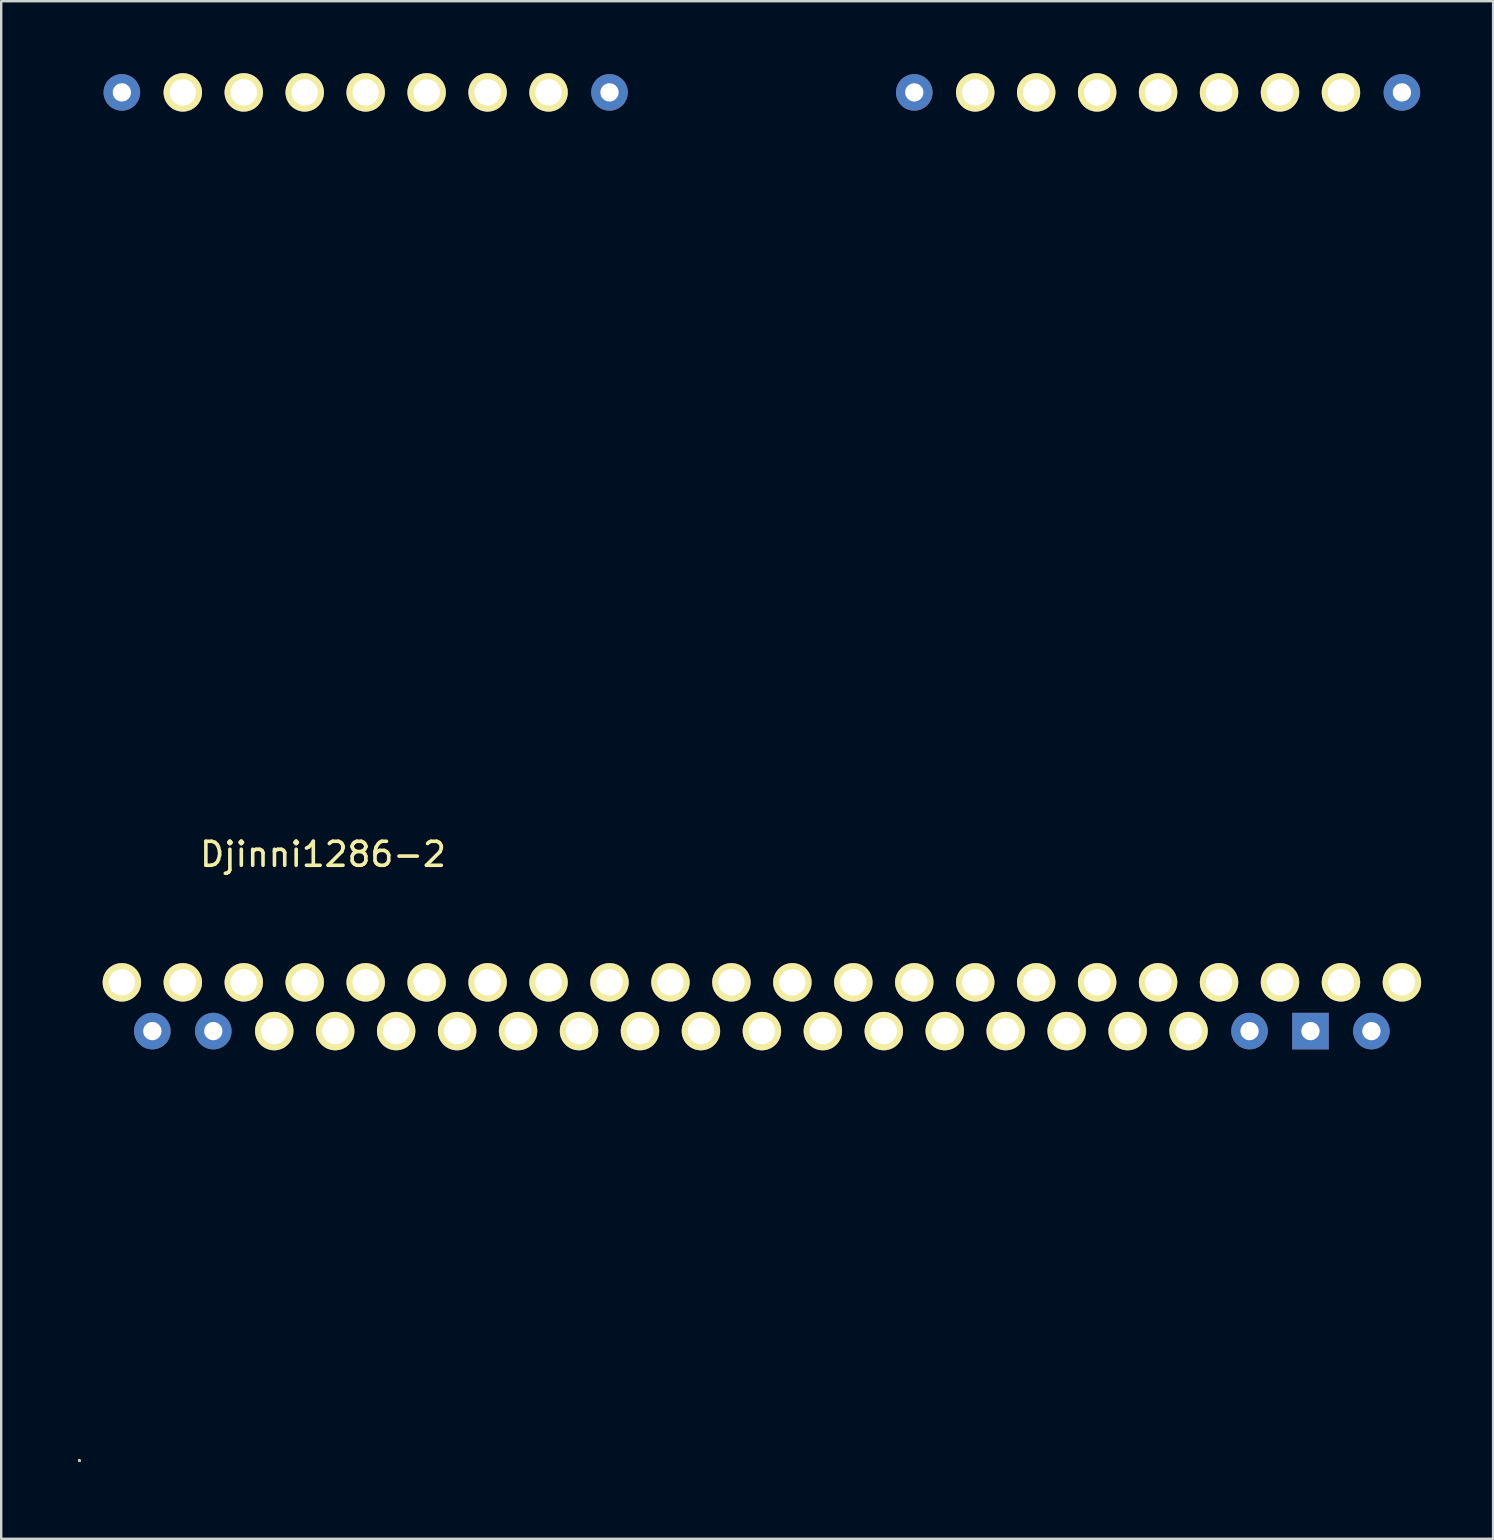
<source format=kicad_pcb>
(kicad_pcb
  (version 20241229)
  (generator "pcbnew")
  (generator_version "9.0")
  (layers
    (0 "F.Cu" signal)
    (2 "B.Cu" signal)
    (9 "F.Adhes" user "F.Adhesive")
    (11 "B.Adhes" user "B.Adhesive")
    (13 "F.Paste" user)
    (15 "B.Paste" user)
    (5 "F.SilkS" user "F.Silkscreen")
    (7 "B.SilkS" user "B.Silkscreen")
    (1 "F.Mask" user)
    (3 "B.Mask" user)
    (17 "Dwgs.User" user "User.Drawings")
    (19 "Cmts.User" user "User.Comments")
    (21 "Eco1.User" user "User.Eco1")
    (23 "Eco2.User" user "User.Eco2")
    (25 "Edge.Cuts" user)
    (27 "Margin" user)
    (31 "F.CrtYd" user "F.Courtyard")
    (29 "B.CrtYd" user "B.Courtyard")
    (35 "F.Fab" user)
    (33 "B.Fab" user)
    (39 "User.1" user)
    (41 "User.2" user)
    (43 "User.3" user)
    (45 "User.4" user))
  (footprint "Djinni1286-2"
    (layer "F.Cu")
    (at 0.25 57.823)
    (property "Reference" "Djinni1286-2" (at 10.16 -25.273 0) (layer "F.SilkS") (effects (font (size 1 1) (thickness 0.15))))
    (attr through_hole)
    (fp_line (start 0 0) (end 0 0) (stroke (width 0.1) (type solid)) (layer "Dwgs.User"))
    (fp_line (start 0 0) (end 0 0) (stroke (width 0.1) (type solid)) (layer "Dwgs.User"))
    (fp_line (start 0 0) (end 0 0) (stroke (width 0.1) (type solid)) (layer "Dwgs.User"))
    (fp_line (start 0 0) (end 0 0) (stroke (width 0.1) (type solid)) (layer "Dwgs.User"))
    (fp_line (start 0 0) (end 0 0) (stroke (width 0.1) (type solid)) (layer "Dwgs.User"))
    (fp_line (start 0 0) (end 0 0) (stroke (width 0.1) (type solid)) (layer "Dwgs.User"))
    (fp_line (start 0 0) (end 0 0) (stroke (width 0.1) (type solid)) (layer "Dwgs.User"))
    (fp_line (start 0 0) (end 0 0) (stroke (width 0.1) (type solid)) (layer "Dwgs.User"))
    (fp_line (start 0 0) (end 0 0) (stroke (width 0.1) (type solid)) (layer "Dwgs.User"))
    (fp_line (start 0 0) (end 0 0) (stroke (width 0.1) (type solid)) (layer "Dwgs.User"))
    (fp_line (start 0 0) (end 0 0) (stroke (width 0.1) (type solid)) (layer "Dwgs.User"))
    (fp_line (start 0 0) (end 0 0) (stroke (width 0.1) (type solid)) (layer "Dwgs.User"))
    (fp_line (start 0 0) (end 0 0) (stroke (width 0.1) (type solid)) (layer "Dwgs.User"))
    (fp_line (start 0 0) (end 0 0) (stroke (width 0.1) (type solid)) (layer "Dwgs.User"))
    (fp_line (start 0 0) (end 0 0) (stroke (width 0.1) (type solid)) (layer "Dwgs.User"))
    (fp_line (start 0 0) (end 0 0) (stroke (width 0.1) (type solid)) (layer "Dwgs.User"))
    (fp_line (start 0 0) (end 0 0) (stroke (width 0.1) (type solid)) (layer "Dwgs.User"))
    (fp_line (start 0 0) (end 0 0) (stroke (width 0.1) (type solid)) (layer "Dwgs.User"))
    (fp_line (start 0 0) (end 0 0) (stroke (width 0.1) (type solid)) (layer "Dwgs.User"))
    (fp_line (start 0 0) (end 0 0) (stroke (width 0.1) (type solid)) (layer "Dwgs.User"))
    (fp_line (start 0 0) (end 0 0) (stroke (width 0.1) (type solid)) (layer "Dwgs.User"))
    (fp_line (start 0 0) (end 0 0) (stroke (width 0.1) (type solid)) (layer "Dwgs.User"))
    (fp_line (start 0 0) (end 0 0) (stroke (width 0.1) (type solid)) (layer "Dwgs.User"))
    (fp_line (start 0 0) (end 0 0) (stroke (width 0.1) (type solid)) (layer "Dwgs.User"))
    (fp_line (start 0 0) (end 0 0) (stroke (width 0.1) (type solid)) (layer "Dwgs.User"))
    (fp_line (start 0 0) (end 0 0) (stroke (width 0.1) (type solid)) (layer "Dwgs.User"))
    (fp_line (start 0 0) (end 0 0) (stroke (width 0.1) (type solid)) (layer "Dwgs.User"))
    (fp_line (start 0 0) (end 0 0) (stroke (width 0.1) (type solid)) (layer "Dwgs.User"))
    (fp_line (start 0 0) (end 0 0) (stroke (width 0.1) (type solid)) (layer "Dwgs.User"))
    (fp_line (start 0 0) (end 0 0) (stroke (width 0.1) (type solid)) (layer "Dwgs.User"))
    (fp_line (start 0 0) (end 0 0) (stroke (width 0.1) (type solid)) (layer "Dwgs.User"))
    (fp_line (start 0 0) (end 0 0) (stroke (width 0.1) (type solid)) (layer "Dwgs.User"))
    (fp_line (start 0 0) (end 0 0) (stroke (width 0.1) (type solid)) (layer "Dwgs.User"))
    (fp_line (start 0 0) (end 0 0) (stroke (width 0.1) (type solid)) (layer "Dwgs.User"))
    (fp_line (start 0 0) (end 0 0) (stroke (width 0.1) (type solid)) (layer "Dwgs.User"))
    (fp_line (start 0 0) (end 0 0) (stroke (width 0.1) (type solid)) (layer "Dwgs.User"))
    (fp_line (start 0 0) (end 0 0) (stroke (width 0.1) (type solid)) (layer "Dwgs.User"))
    (fp_line (start 0 0) (end 0 0) (stroke (width 0.1) (type solid)) (layer "Dwgs.User"))
    (fp_line (start 0 0) (end 0 0) (stroke (width 0.1) (type solid)) (layer "Dwgs.User"))
    (fp_line (start 0 0) (end 0 0) (stroke (width 0.1) (type solid)) (layer "Dwgs.User"))
    (fp_line (start 0 0) (end 0 0) (stroke (width 0.1) (type solid)) (layer "Dwgs.User"))
    (fp_line (start 0 0) (end 0 0) (stroke (width 0.1) (type solid)) (layer "Dwgs.User"))
    (fp_line (start 0 0) (end 0 0) (stroke (width 0.1) (type solid)) (layer "Dwgs.User"))
    (fp_line (start 0 0) (end 0 0) (stroke (width 0.1) (type solid)) (layer "Dwgs.User"))
    (fp_line (start 0 0) (end 0 0) (stroke (width 0.1) (type solid)) (layer "Dwgs.User"))
    (fp_line (start 0 0) (end 0 0) (stroke (width 0.1) (type solid)) (layer "Dwgs.User"))
    (fp_line (start 0 0) (end 0 0) (stroke (width 0.1) (type solid)) (layer "Dwgs.User"))
    (fp_line (start 0 0) (end 0 0) (stroke (width 0.1) (type solid)) (layer "Dwgs.User"))
    (fp_line (start 0 0) (end 0 0) (stroke (width 0.1) (type solid)) (layer "Dwgs.User"))
    (fp_line (start 0 0) (end 0 0) (stroke (width 0.1) (type solid)) (layer "Dwgs.User"))
    (fp_line (start 0 0) (end 0 0) (stroke (width 0.1) (type solid)) (layer "Dwgs.User"))
    (fp_line (start 0 0) (end 0 0) (stroke (width 0.1) (type solid)) (layer "Dwgs.User"))
    (fp_line (start 0 0) (end 0 0) (stroke (width 0.1) (type solid)) (layer "Dwgs.User"))
    (fp_line (start 0 0) (end 0 0) (stroke (width 0.1) (type solid)) (layer "Dwgs.User"))
    (fp_line (start 0 0) (end 0 0) (stroke (width 0.1) (type solid)) (layer "Dwgs.User"))
    (fp_line (start 0 0) (end 0 0) (stroke (width 0.1) (type solid)) (layer "Dwgs.User"))
    (fp_line (start 0 0) (end 0 0) (stroke (width 0.1) (type solid)) (layer "Dwgs.User"))
    (fp_line (start 0 0) (end 0 0) (stroke (width 0.1) (type solid)) (layer "Dwgs.User"))
    (fp_line (start 0 0) (end 0 0) (stroke (width 0.1) (type solid)) (layer "Dwgs.User"))
    (fp_line (start 0 0) (end 0 0) (stroke (width 0.1) (type solid)) (layer "Dwgs.User"))
    (fp_line (start 0 0) (end 0 0) (stroke (width 0.1) (type solid)) (layer "Dwgs.User"))
    (fp_line (start 0 0) (end 0 0) (stroke (width 0.1) (type solid)) (layer "Dwgs.User"))
    (fp_line (start 0 0) (end 0 0) (stroke (width 0.1) (type solid)) (layer "Dwgs.User"))
    (fp_line (start 0 0) (end 0 0) (stroke (width 0.1) (type solid)) (layer "Dwgs.User"))
    (fp_line (start 0 0) (end 0 0) (stroke (width 0.1) (type solid)) (layer "Dwgs.User"))
    (fp_line (start 0 0) (end 0 0) (stroke (width 0.1) (type solid)) (layer "Dwgs.User"))
    (fp_line (start 0 0) (end 0 0) (stroke (width 0.1) (type solid)) (layer "Dwgs.User"))
    (fp_line (start 0 0) (end 0 0) (stroke (width 0.1) (type solid)) (layer "Dwgs.User"))
    (fp_line (start 0 0) (end 0 0) (stroke (width 0.1) (type solid)) (layer "Dwgs.User"))
    (fp_line (start 0 0) (end 0 0) (stroke (width 0.1) (type solid)) (layer "Dwgs.User"))
    (fp_line (start 0 0) (end 0 0) (stroke (width 0.1) (type solid)) (layer "Dwgs.User"))
    (fp_line (start 0 0) (end 0 0) (stroke (width 0.1) (type solid)) (layer "Dwgs.User"))
    (fp_line (start 0 0) (end 0 0) (stroke (width 0.1) (type solid)) (layer "Dwgs.User"))
    (fp_line (start 0 0) (end 0 0) (stroke (width 0.1) (type solid)) (layer "Dwgs.User"))
    (fp_line (start 0 0) (end 0 0) (stroke (width 0.1) (type solid)) (layer "Dwgs.User"))
    (fp_line (start 0 0) (end 0 0) (stroke (width 0.1) (type solid)) (layer "Dwgs.User"))
    (fp_line (start 0 0) (end 0 0) (stroke (width 0.1) (type solid)) (layer "Dwgs.User"))
    (fp_line (start 0 0) (end 0 0) (stroke (width 0.1) (type solid)) (layer "Dwgs.User"))
    (fp_line (start 0 0) (end 0 0) (stroke (width 0.1) (type solid)) (layer "Dwgs.User"))
    (fp_line (start 0 0) (end 0 0) (stroke (width 0.1) (type solid)) (layer "Dwgs.User"))
    (fp_line (start 0 0) (end 0 0) (stroke (width 0.1) (type solid)) (layer "Dwgs.User"))
    (fp_line (start 0 0) (end 0 0) (stroke (width 0.1) (type solid)) (layer "Dwgs.User"))
    (fp_line (start 0 0) (end 0 0) (stroke (width 0.1) (type solid)) (layer "Dwgs.User"))
    (fp_line (start 0 0) (end 0 0) (stroke (width 0.1) (type solid)) (layer "Dwgs.User"))
    (fp_line (start 0 0) (end 0 0) (stroke (width 0.1) (type solid)) (layer "Dwgs.User"))
    (fp_line (start 0 0) (end 0 0) (stroke (width 0.1) (type solid)) (layer "Dwgs.User"))
    (fp_line (start 0 0) (end 0 0) (stroke (width 0.1) (type solid)) (layer "Dwgs.User"))
    (fp_line (start 0 0) (end 0 0) (stroke (width 0.1) (type solid)) (layer "Dwgs.User"))
    (fp_line (start 0 0) (end 0 0) (stroke (width 0.1) (type solid)) (layer "Dwgs.User"))
    (fp_line (start 0 0) (end 0 0) (stroke (width 0.1) (type solid)) (layer "Dwgs.User"))
    (fp_line (start 0 0) (end 0 0) (stroke (width 0.1) (type solid)) (layer "Dwgs.User"))
    (fp_line (start 0 0) (end 0 0) (stroke (width 0.1) (type solid)) (layer "Dwgs.User"))
    (fp_line (start 0 0) (end 0 0) (stroke (width 0.1) (type solid)) (layer "Dwgs.User"))
    (fp_line (start 0 0) (end 0 0) (stroke (width 0.1) (type solid)) (layer "Dwgs.User"))
    (fp_line (start 0 0) (end 0 0) (stroke (width 0.1) (type solid)) (layer "Dwgs.User"))
    (fp_line (start 0 0) (end 0 0) (stroke (width 0.1) (type solid)) (layer "Dwgs.User"))
    (fp_line (start 0 0) (end 0 0) (stroke (width 0.1) (type solid)) (layer "Dwgs.User"))
    (fp_line (start 0 0) (end 0 0) (stroke (width 0.1) (type solid)) (layer "Dwgs.User"))
    (fp_line (start 0 0) (end 0 0) (stroke (width 0.1) (type solid)) (layer "Dwgs.User"))
    (fp_line (start 0 0) (end 0 0) (stroke (width 0.1) (type solid)) (layer "Dwgs.User"))
    (fp_line (start 0 0) (end 0 0) (stroke (width 0.1) (type solid)) (layer "Dwgs.User"))
    (fp_line (start 0 0) (end 0 0) (stroke (width 0.1) (type solid)) (layer "Dwgs.User"))
    (fp_line (start 0 0) (end 0 0) (stroke (width 0.1) (type solid)) (layer "Dwgs.User"))
    (fp_line (start 0 0) (end 0 0) (stroke (width 0.1) (type solid)) (layer "Dwgs.User"))
    (fp_line (start 0 0) (end 0 0) (stroke (width 0.1) (type solid)) (layer "Dwgs.User"))
    (fp_line (start 0 0) (end 0 0) (stroke (width 0.1) (type solid)) (layer "Dwgs.User"))
    (fp_line (start 0 0) (end 0 0) (stroke (width 0.1) (type solid)) (layer "Dwgs.User"))
    (fp_line (start 0 0) (end 0 0) (stroke (width 0.1) (type solid)) (layer "Dwgs.User"))
    (fp_line (start 0 0) (end 0 0) (stroke (width 0.1) (type solid)) (layer "Dwgs.User"))
    (fp_line (start 0 0) (end 0 0) (stroke (width 0.1) (type solid)) (layer "Dwgs.User"))
    (fp_line (start 0 0) (end 0 0) (stroke (width 0.1) (type solid)) (layer "Dwgs.User"))
    (fp_line (start 0 0) (end 0 0) (stroke (width 0.1) (type solid)) (layer "Dwgs.User"))
    (fp_line (start 0 0) (end 0 0) (stroke (width 0.1) (type solid)) (layer "Dwgs.User"))
    (fp_line (start 0 0) (end 0 0) (stroke (width 0.1) (type solid)) (layer "Dwgs.User"))
    (fp_line (start 0 0) (end 0 0) (stroke (width 0.1) (type solid)) (layer "Dwgs.User"))
    (fp_line (start 0 0) (end 0 0) (stroke (width 0.1) (type solid)) (layer "Dwgs.User"))
    (fp_line (start 0 0) (end 0 0) (stroke (width 0.1) (type solid)) (layer "Dwgs.User"))
    (fp_line (start 0 0) (end 0 0) (stroke (width 0.1) (type solid)) (layer "Dwgs.User"))
    (fp_line (start 0 0) (end 0 0) (stroke (width 0.1) (type solid)) (layer "Dwgs.User"))
    (fp_line (start 0 0) (end 0 0) (stroke (width 0.1) (type solid)) (layer "Dwgs.User"))
    (fp_line (start 0 0) (end 0 0) (stroke (width 0.1) (type solid)) (layer "Dwgs.User"))
    (fp_line (start 0 0) (end 0 0) (stroke (width 0.1) (type solid)) (layer "Dwgs.User"))
    (fp_line (start 0 0) (end 0 0) (stroke (width 0.1) (type solid)) (layer "Dwgs.User"))
    (fp_line (start 0 0) (end 0 0) (stroke (width 0.1) (type solid)) (layer "Dwgs.User"))
    (fp_line (start 0 0) (end 0 0) (stroke (width 0.1) (type solid)) (layer "Dwgs.User"))
    (fp_line (start 0 0) (end 0 0) (stroke (width 0.1) (type solid)) (layer "Dwgs.User"))
    (fp_line (start 0 0) (end 0 0) (stroke (width 0.1) (type solid)) (layer "Dwgs.User"))
    (fp_line (start 0 0) (end 0 0) (stroke (width 0.1) (type solid)) (layer "Dwgs.User"))
    (fp_line (start 0 0) (end 0 0) (stroke (width 0.1) (type solid)) (layer "Dwgs.User"))
    (fp_line (start 0 0) (end 0 0) (stroke (width 0.1) (type solid)) (layer "Dwgs.User"))
    (fp_line (start 0 0) (end 0 0) (stroke (width 0.1) (type solid)) (layer "Dwgs.User"))
    (fp_line (start 0 0) (end 0 0) (stroke (width 0.1) (type solid)) (layer "Dwgs.User"))
    (fp_line (start 0 0) (end 0 0) (stroke (width 0.1) (type solid)) (layer "Dwgs.User"))
    (fp_line (start 0 0) (end 0 0) (stroke (width 0.1) (type solid)) (layer "Dwgs.User"))
    (fp_line (start 0 0) (end 0 0) (stroke (width 0.1) (type solid)) (layer "Dwgs.User"))
    (fp_line (start 0 0) (end 0 0) (stroke (width 0.1) (type solid)) (layer "Dwgs.User"))
    (fp_line (start 0 0) (end 0 0) (stroke (width 0.1) (type solid)) (layer "Dwgs.User"))
    (fp_line (start 0 0) (end 0 0) (stroke (width 0.1) (type solid)) (layer "Dwgs.User"))
    (fp_line (start 0 0) (end 0 0) (stroke (width 0.1) (type solid)) (layer "Dwgs.User"))
    (fp_line (start 0 0) (end 0 0) (stroke (width 0.1) (type solid)) (layer "Dwgs.User"))
    (fp_line (start 0 0) (end 0 0) (stroke (width 0.1) (type solid)) (layer "Dwgs.User"))
    (fp_line (start 0 0) (end 0 0) (stroke (width 0.1) (type solid)) (layer "Dwgs.User"))
    (fp_line (start 0 0) (end 0 0) (stroke (width 0.1) (type solid)) (layer "Dwgs.User"))
    (fp_line (start 0 0) (end 0 0) (stroke (width 0.1) (type solid)) (layer "Dwgs.User"))
    (fp_line (start 0 0) (end 0 0) (stroke (width 0.1) (type solid)) (layer "Dwgs.User"))
    (fp_line (start 0 0) (end 0 0) (stroke (width 0.1) (type solid)) (layer "Dwgs.User"))
    (fp_line (start 0 0) (end 0 0) (stroke (width 0.1) (type solid)) (layer "Dwgs.User"))
    (fp_line (start 0 0) (end 0 0) (stroke (width 0.1) (type solid)) (layer "Dwgs.User"))
    (fp_line (start 0 0) (end 0 0) (stroke (width 0.1) (type solid)) (layer "Dwgs.User"))
    (fp_line (start 0 0) (end 0 0) (stroke (width 0.1) (type solid)) (layer "Dwgs.User"))
    (fp_line (start 0 0) (end 0 0) (stroke (width 0.1) (type solid)) (layer "Dwgs.User"))
    (fp_line (start 0 0) (end 0 0) (stroke (width 0.1) (type solid)) (layer "Dwgs.User"))
    (fp_line (start 0 0) (end 0 0) (stroke (width 0.1) (type solid)) (layer "Dwgs.User"))
    (fp_line (start 0 0) (end 0 0) (stroke (width 0.1) (type solid)) (layer "Dwgs.User"))
    (fp_line (start 0 0) (end 0 0) (stroke (width 0.1) (type solid)) (layer "Dwgs.User"))
    (fp_line (start 0 0) (end 0 0) (stroke (width 0.1) (type solid)) (layer "Dwgs.User"))
    (fp_line (start 0 0) (end 0 0) (stroke (width 0.1) (type solid)) (layer "Dwgs.User"))
    (fp_line (start 0 0) (end 0 0) (stroke (width 0.1) (type solid)) (layer "Dwgs.User"))
    (fp_line (start 0 0) (end 0 0) (stroke (width 0.1) (type solid)) (layer "Dwgs.User"))
    (fp_line (start 0 0) (end 0 0) (stroke (width 0.1) (type solid)) (layer "Dwgs.User"))
    (fp_line (start 0 0) (end 0 0) (stroke (width 0.1) (type solid)) (layer "Dwgs.User"))
    (fp_line (start 0 0) (end 0 0) (stroke (width 0.1) (type solid)) (layer "Dwgs.User"))
    (fp_line (start 0 0) (end 0 0) (stroke (width 0.1) (type solid)) (layer "Dwgs.User"))
    (fp_line (start 0 0) (end 0 0) (stroke (width 0.1) (type solid)) (layer "Dwgs.User"))
    (fp_line (start 0 0) (end 0 0) (stroke (width 0.1) (type solid)) (layer "Dwgs.User"))
    (fp_line (start 0 0) (end 0 0) (stroke (width 0.1) (type solid)) (layer "Dwgs.User"))
    (fp_line (start 0 0) (end 0 0) (stroke (width 0.1) (type solid)) (layer "Dwgs.User"))
    (fp_line (start 0 0) (end 0 0) (stroke (width 0.1) (type solid)) (layer "Dwgs.User"))
    (fp_line (start 0 0) (end 0 0) (stroke (width 0.1) (type solid)) (layer "Dwgs.User"))
    (fp_line (start 0 0) (end 0 0) (stroke (width 0.1) (type solid)) (layer "Dwgs.User"))
    (fp_line (start 0 0) (end 0 0) (stroke (width 0.1) (type solid)) (layer "Dwgs.User"))
    (fp_line (start 0 0) (end 0 0) (stroke (width 0.1) (type solid)) (layer "Dwgs.User"))
    (fp_line (start 0 0) (end 0 0) (stroke (width 0.1) (type solid)) (layer "Dwgs.User"))
    (fp_line (start 0 0) (end 0 0) (stroke (width 0.1) (type solid)) (layer "Dwgs.User"))
    (fp_line (start 0 0) (end 0 0) (stroke (width 0.1) (type solid)) (layer "Dwgs.User"))
    (fp_line (start 0 0) (end 0 0) (stroke (width 0.1) (type solid)) (layer "Dwgs.User"))
    (fp_line (start 0 0) (end 0 0) (stroke (width 0.1) (type solid)) (layer "Dwgs.User"))
    (fp_line (start 0 0) (end 0 0) (stroke (width 0.1) (type solid)) (layer "Dwgs.User"))
    (fp_line (start 0 0) (end 0 0) (stroke (width 0.1) (type solid)) (layer "Dwgs.User"))
    (fp_line (start 0 0) (end 0 0) (stroke (width 0.1) (type solid)) (layer "Dwgs.User"))
    (fp_line (start 0 0) (end 0 0) (stroke (width 0.1) (type solid)) (layer "Dwgs.User"))
    (fp_line (start 0 0) (end 0 0) (stroke (width 0.1) (type solid)) (layer "Dwgs.User"))
    (fp_line (start 0 0) (end 0 0) (stroke (width 0.1) (type solid)) (layer "Dwgs.User"))
    (fp_line (start 0 0) (end 0 0) (stroke (width 0.1) (type solid)) (layer "Dwgs.User"))
    (fp_line (start 0 0) (end 0 0) (stroke (width 0.1) (type solid)) (layer "Dwgs.User"))
    (fp_line (start 0 0) (end 0 0) (stroke (width 0.1) (type solid)) (layer "Dwgs.User"))
    (fp_line (start 0 0) (end 0 0) (stroke (width 0.1) (type solid)) (layer "Dwgs.User"))
    (fp_line (start 0 0) (end 0 0) (stroke (width 0.1) (type solid)) (layer "Dwgs.User"))
    (fp_line (start 0 0) (end 0 0) (stroke (width 0.1) (type solid)) (layer "Dwgs.User"))
    (fp_line (start 0 0) (end 0 0) (stroke (width 0.1) (type solid)) (layer "Dwgs.User"))
    (fp_line (start 0 0) (end 0 0) (stroke (width 0.1) (type solid)) (layer "Dwgs.User"))
    (fp_line (start 0 0) (end 0 0) (stroke (width 0.1) (type solid)) (layer "Dwgs.User"))
    (fp_line (start 0 0) (end 0 0) (stroke (width 0.1) (type solid)) (layer "Dwgs.User"))
    (fp_line (start 0 0) (end 0 0) (stroke (width 0.1) (type solid)) (layer "Dwgs.User"))
    (fp_line (start 0 0) (end 0 0) (stroke (width 0.1) (type solid)) (layer "Dwgs.User"))
    (fp_line (start 0 0) (end 0 0) (stroke (width 0.1) (type solid)) (layer "Dwgs.User"))
    (fp_line (start 0 0) (end 0 0) (stroke (width 0.1) (type solid)) (layer "Dwgs.User"))
    (fp_line (start 0 0) (end 0 0) (stroke (width 0.1) (type solid)) (layer "Dwgs.User"))
    (fp_line (start 0 0) (end 0 0) (stroke (width 0.1) (type solid)) (layer "Dwgs.User"))
    (fp_line (start 0 0) (end 0 0) (stroke (width 0.1) (type solid)) (layer "Dwgs.User"))
    (fp_line (start 0 0) (end 0 0) (stroke (width 0.1) (type solid)) (layer "Dwgs.User"))
    (fp_line (start 0 0) (end 0 0) (stroke (width 0.1) (type solid)) (layer "Dwgs.User"))
    (fp_line (start 0 0) (end 0 0) (stroke (width 0.1) (type solid)) (layer "Dwgs.User"))
    (fp_line (start 0 0) (end 0 0) (stroke (width 0.1) (type solid)) (layer "Dwgs.User"))
    (fp_line (start 0 0) (end 0 0) (stroke (width 0.1) (type solid)) (layer "Dwgs.User"))
    (fp_line (start 0 0) (end 0 0) (stroke (width 0.1) (type solid)) (layer "Dwgs.User"))
    (fp_line (start 0 0) (end 0 0) (stroke (width 0.1) (type solid)) (layer "Dwgs.User"))
    (fp_line (start 0 0) (end 0 0) (stroke (width 0.1) (type solid)) (layer "Dwgs.User"))
    (fp_line (start 0 0) (end 0 0) (stroke (width 0.1) (type solid)) (layer "Dwgs.User"))
    (fp_line (start 0 0) (end 0 0) (stroke (width 0.1) (type solid)) (layer "Dwgs.User"))
    (fp_line (start 0 0) (end 0 0) (stroke (width 0.1) (type solid)) (layer "Dwgs.User"))
    (fp_line (start 0 0) (end 0 0) (stroke (width 0.1) (type solid)) (layer "Dwgs.User"))
    (fp_line (start 0 0) (end 0 0) (stroke (width 0.1) (type solid)) (layer "Dwgs.User"))
    (fp_line (start 0 0) (end 0 0) (stroke (width 0.1) (type solid)) (layer "Dwgs.User"))
    (fp_line (start 0 0) (end 0 0) (stroke (width 0.1) (type solid)) (layer "Dwgs.User"))
    (fp_line (start 0 0) (end 0 0) (stroke (width 0.1) (type solid)) (layer "Dwgs.User"))
    (fp_line (start 0 0) (end 0 0) (stroke (width 0.1) (type solid)) (layer "Dwgs.User"))
    (fp_line (start 0 0) (end 0 0) (stroke (width 0.1) (type solid)) (layer "Dwgs.User"))
    (fp_line (start 0 0) (end 0 0) (stroke (width 0.1) (type solid)) (layer "Dwgs.User"))
    (fp_line (start 0 0) (end 0 0) (stroke (width 0.1) (type solid)) (layer "Dwgs.User"))
    (fp_line (start 0 0) (end 0 0) (stroke (width 0.1) (type solid)) (layer "Dwgs.User"))
    (fp_line (start 0 0) (end 0 0) (stroke (width 0.1) (type solid)) (layer "Dwgs.User"))
    (fp_line (start 0 0) (end 0 0) (stroke (width 0.1) (type solid)) (layer "Dwgs.User"))
    (fp_line (start 0 0) (end 0 0) (stroke (width 0.1) (type solid)) (layer "Dwgs.User"))
    (fp_line (start 0 0) (end 0 0) (stroke (width 0.1) (type solid)) (layer "Dwgs.User"))
    (fp_line (start 0 0) (end 0 0) (stroke (width 0.1) (type solid)) (layer "Dwgs.User"))
    (fp_line (start 0 0) (end 0 0) (stroke (width 0.1) (type solid)) (layer "Dwgs.User"))
    (fp_line (start 0 0) (end 0 0) (stroke (width 0.1) (type solid)) (layer "Dwgs.User"))
    (fp_line (start 0 0) (end 0 0) (stroke (width 0.1) (type solid)) (layer "Dwgs.User"))
    (fp_line (start 0 0) (end 0 0) (stroke (width 0.1) (type solid)) (layer "Dwgs.User"))
    (fp_line (start 0 0) (end 0 0) (stroke (width 0.1) (type solid)) (layer "Dwgs.User"))
    (fp_line (start 0 0) (end 0 0) (stroke (width 0.1) (type solid)) (layer "Dwgs.User"))
    (fp_line (start 0 0) (end 0 0) (stroke (width 0.1) (type solid)) (layer "Dwgs.User"))
    (fp_line (start 0 0) (end 0 0) (stroke (width 0.1) (type solid)) (layer "Dwgs.User"))
    (fp_line (start 0 0) (end 0 0) (stroke (width 0.1) (type solid)) (layer "Dwgs.User"))
    (fp_line (start 0 0) (end 0 0) (stroke (width 0.1) (type solid)) (layer "Dwgs.User"))
    (fp_line (start 0 0) (end 0 0) (stroke (width 0.1) (type solid)) (layer "Dwgs.User"))
    (fp_line (start 0 0) (end 0 0) (stroke (width 0.1) (type solid)) (layer "Dwgs.User"))
    (fp_line (start 0 0) (end 0 0) (stroke (width 0.1) (type solid)) (layer "Dwgs.User"))
    (fp_line (start 0 0) (end 0 0) (stroke (width 0.1) (type solid)) (layer "Dwgs.User"))
    (fp_line (start 0 0) (end 0 0) (stroke (width 0.1) (type solid)) (layer "Dwgs.User"))
    (fp_line (start 0 0) (end 0 0) (stroke (width 0.1) (type solid)) (layer "Dwgs.User"))
    (fp_line (start 0 0) (end 0 0) (stroke (width 0.1) (type solid)) (layer "Dwgs.User"))
    (fp_line (start 0 0) (end 0 0) (stroke (width 0.1) (type solid)) (layer "Dwgs.User"))
    (fp_line (start 0 0) (end 0 0) (stroke (width 0.1) (type solid)) (layer "Dwgs.User"))
    (fp_line (start 0 0) (end 0 0) (stroke (width 0.1) (type solid)) (layer "Dwgs.User"))
    (fp_line (start 0 0) (end 0 0) (stroke (width 0.1) (type solid)) (layer "Dwgs.User"))
    (fp_line (start 0 0) (end 0 0) (stroke (width 0.1) (type solid)) (layer "Dwgs.User"))
    (fp_line (start 0 0) (end 0 0) (stroke (width 0.1) (type solid)) (layer "Dwgs.User"))
    (fp_line (start 0 0) (end 0 0) (stroke (width 0.1) (type solid)) (layer "Dwgs.User"))
    (fp_line (start 0 0) (end 0 0) (stroke (width 0.1) (type solid)) (layer "Dwgs.User"))
    (fp_line (start 0 0) (end 0 0) (stroke (width 0.1) (type solid)) (layer "Dwgs.User"))
    (fp_line (start 0 0) (end 0 0) (stroke (width 0.1) (type solid)) (layer "Dwgs.User"))
    (fp_line (start 0 0) (end 0 0) (stroke (width 0.1) (type solid)) (layer "Dwgs.User"))
    (fp_line (start 0 0) (end 0 0) (stroke (width 0.1) (type solid)) (layer "Dwgs.User"))
    (fp_line (start 0 0) (end 0 0) (stroke (width 0.1) (type solid)) (layer "Dwgs.User"))
    (fp_line (start 0 0) (end 0 0) (stroke (width 0.1) (type solid)) (layer "Dwgs.User"))
    (fp_line (start 0 0) (end 0 0) (stroke (width 0.1) (type solid)) (layer "Dwgs.User"))
    (fp_line (start 0 0) (end 0 0) (stroke (width 0.1) (type solid)) (layer "Dwgs.User"))
    (fp_line (start 0 0) (end 0 0) (stroke (width 0.1) (type solid)) (layer "Dwgs.User"))
    (fp_line (start 0 0) (end 0 0) (stroke (width 0.1) (type solid)) (layer "Dwgs.User"))
    (fp_line (start 0 0) (end 0 0) (stroke (width 0.1) (type solid)) (layer "Dwgs.User"))
    (fp_line (start 0 0) (end 0 0) (stroke (width 0.1) (type solid)) (layer "Dwgs.User"))
    (fp_line (start 0 0) (end 0 0) (stroke (width 0.1) (type solid)) (layer "Dwgs.User"))
    (fp_line (start 0 0) (end 0 0) (stroke (width 0.1) (type solid)) (layer "Dwgs.User"))
    (fp_line (start 0 0) (end 0 0) (stroke (width 0.1) (type solid)) (layer "Dwgs.User"))
    (fp_line (start 0 0) (end 0 0) (stroke (width 0.1) (type solid)) (layer "Dwgs.User"))
    (fp_line (start 0 0) (end 0 0) (stroke (width 0.1) (type solid)) (layer "Dwgs.User"))
    (fp_line (start 0 0) (end 0 0) (stroke (width 0.1) (type solid)) (layer "Dwgs.User"))
    (fp_line (start 0 0) (end 0 0) (stroke (width 0.1) (type solid)) (layer "Dwgs.User"))
    (fp_line (start 0 0) (end 0 0) (stroke (width 0.1) (type solid)) (layer "Dwgs.User"))
    (fp_line (start 0 0) (end 0 0) (stroke (width 0.1) (type solid)) (layer "Dwgs.User"))
    (fp_line (start 0 0) (end 0 0) (stroke (width 0.1) (type solid)) (layer "Dwgs.User"))
    (fp_line (start 0 0) (end 0 0) (stroke (width 0.1) (type solid)) (layer "Dwgs.User"))
    (fp_line (start 0 0) (end 0 0) (stroke (width 0.1) (type solid)) (layer "Dwgs.User"))
    (fp_line (start 0 0) (end 0 0) (stroke (width 0.1) (type solid)) (layer "Dwgs.User"))
    (fp_line (start 0 0) (end 0 0) (stroke (width 0.1) (type solid)) (layer "Dwgs.User"))
    (fp_line (start 0 0) (end 0 0) (stroke (width 0.1) (type solid)) (layer "Dwgs.User"))
    (fp_line (start 0 0) (end 0 0) (stroke (width 0.1) (type solid)) (layer "Dwgs.User"))
    (fp_line (start 0 0) (end 0 0) (stroke (width 0.1) (type solid)) (layer "Dwgs.User"))
    (fp_line (start 0 0) (end 0 0) (stroke (width 0.1) (type solid)) (layer "Dwgs.User"))
    (fp_line (start 0 0) (end 0 0) (stroke (width 0.1) (type solid)) (layer "Dwgs.User"))
    (fp_line (start 0 0) (end 0 0) (stroke (width 0.1) (type solid)) (layer "Dwgs.User"))
    (fp_line (start 0 0) (end 0 0) (stroke (width 0.1) (type solid)) (layer "Dwgs.User"))
    (fp_line (start 0 0) (end 0 0) (stroke (width 0.1) (type solid)) (layer "Dwgs.User"))
    (fp_line (start 0 0) (end 0 0) (stroke (width 0.1) (type solid)) (layer "Dwgs.User"))
    (fp_line (start 0 0) (end 0 0) (stroke (width 0.1) (type solid)) (layer "Dwgs.User"))
    (fp_line (start 0 0) (end 0 0) (stroke (width 0.1) (type solid)) (layer "Dwgs.User"))
    (fp_line (start 0 0) (end 0 0) (stroke (width 0.1) (type solid)) (layer "Dwgs.User"))
    (fp_line (start 0 0) (end 0 0) (stroke (width 0.1) (type solid)) (layer "Dwgs.User"))
    (fp_line (start 0 0) (end 0 0) (stroke (width 0.1) (type solid)) (layer "Dwgs.User"))
    (fp_line (start 0 0) (end 0 0) (stroke (width 0.1) (type solid)) (layer "Dwgs.User"))
    (fp_line (start 0 0) (end 0 0) (stroke (width 0.1) (type solid)) (layer "Dwgs.User"))
    (fp_line (start 0 0) (end 0 0) (stroke (width 0.1) (type solid)) (layer "Dwgs.User"))
    (fp_line (start 0 0) (end 0 0) (stroke (width 0.1) (type solid)) (layer "Dwgs.User"))
    (fp_line (start 0 0) (end 0 0) (stroke (width 0.1) (type solid)) (layer "Dwgs.User"))
    (fp_line (start 0 0) (end 0 0) (stroke (width 0.1) (type solid)) (layer "Dwgs.User"))
    (fp_line (start 0 0) (end 0 0) (stroke (width 0.1) (type solid)) (layer "Dwgs.User"))
    (fp_line (start 0 0) (end 0 0) (stroke (width 0.1) (type solid)) (layer "Dwgs.User"))
    (fp_line (start 0 0) (end 0 0) (stroke (width 0.1) (type solid)) (layer "Dwgs.User"))
    (fp_line (start 0 0) (end 0 0) (stroke (width 0.1) (type solid)) (layer "Dwgs.User"))
    (fp_line (start 0 0) (end 0 0) (stroke (width 0.1) (type solid)) (layer "Dwgs.User"))
    (fp_line (start 0 0) (end 0 0) (stroke (width 0.1) (type solid)) (layer "Dwgs.User"))
    (fp_line (start 0 0) (end 0 0) (stroke (width 0.1) (type solid)) (layer "Dwgs.User"))
    (fp_line (start 0 0) (end 0 0) (stroke (width 0.1) (type solid)) (layer "Dwgs.User"))
    (fp_line (start 0 0) (end 0 0) (stroke (width 0.1) (type solid)) (layer "Dwgs.User"))
    (fp_line (start 0 0) (end 0 0) (stroke (width 0.1) (type solid)) (layer "Dwgs.User"))
    (fp_line (start 0 0) (end 0 0) (stroke (width 0.1) (type solid)) (layer "Dwgs.User"))
    (fp_line (start 0 0) (end 0 0) (stroke (width 0.1) (type solid)) (layer "Dwgs.User"))
    (fp_line (start 0 0) (end 0 0) (stroke (width 0.1) (type solid)) (layer "Dwgs.User"))
    (fp_line (start 0 0) (end 0 0) (stroke (width 0.1) (type solid)) (layer "Dwgs.User"))
    (fp_line (start 0 0) (end 0 0) (stroke (width 0.1) (type solid)) (layer "Dwgs.User"))
    (fp_line (start 0 0) (end 0 0) (stroke (width 0.1) (type solid)) (layer "Dwgs.User"))
    (fp_line (start 0 0) (end 0 0) (stroke (width 0.1) (type solid)) (layer "Dwgs.User"))
    (fp_line (start 0 0) (end 0 0) (stroke (width 0.1) (type solid)) (layer "Dwgs.User"))
    (fp_line (start 0 0) (end 0 0) (stroke (width 0.1) (type solid)) (layer "Dwgs.User"))
    (fp_line (start 0 0) (end 0 0) (stroke (width 0.1) (type solid)) (layer "Dwgs.User"))
    (fp_line (start 0 0) (end 0 0) (stroke (width 0.1) (type solid)) (layer "Dwgs.User"))
    (fp_line (start 0 0) (end 0 0) (stroke (width 0.1) (type solid)) (layer "Dwgs.User"))
    (fp_line (start 0 0) (end 0 0) (stroke (width 0.1) (type solid)) (layer "Dwgs.User"))
    (fp_line (start 0 0) (end 0 0) (stroke (width 0.1) (type solid)) (layer "Dwgs.User"))
    (fp_line (start 0 0) (end 0 0) (stroke (width 0.1) (type solid)) (layer "Dwgs.User"))
    (fp_line (start 0 0) (end 0 0) (stroke (width 0.1) (type solid)) (layer "Dwgs.User"))
    (fp_line (start 0 0) (end 0 0) (stroke (width 0.1) (type solid)) (layer "Dwgs.User"))
    (fp_line (start 0 0) (end 0 0) (stroke (width 0.1) (type solid)) (layer "Dwgs.User"))
    (fp_line (start 0 0) (end 0 0) (stroke (width 0.1) (type solid)) (layer "Dwgs.User"))
    (fp_line (start 0 0) (end 0 0) (stroke (width 0.1) (type solid)) (layer "Dwgs.User"))
    (fp_line (start 0 0) (end 0 0) (stroke (width 0.1) (type solid)) (layer "Dwgs.User"))
    (fp_line (start 0 0) (end 0 0) (stroke (width 0.1) (type solid)) (layer "Dwgs.User"))
    (fp_line (start 0 0) (end 0 0) (stroke (width 0.1) (type solid)) (layer "Dwgs.User"))
    (fp_line (start 0 0) (end 0 0) (stroke (width 0.1) (type solid)) (layer "Dwgs.User"))
    (fp_line (start 0 0) (end 0 0) (stroke (width 0.1) (type solid)) (layer "Dwgs.User"))
    (fp_line (start 0 0) (end 0 0) (stroke (width 0.1) (type solid)) (layer "Dwgs.User"))
    (fp_line (start 0 0) (end 0 0) (stroke (width 0.1) (type solid)) (layer "Dwgs.User"))
    (fp_line (start 0 0) (end 0 0) (stroke (width 0.1) (type solid)) (layer "Dwgs.User"))
    (fp_line (start 0 0) (end 0 0) (stroke (width 0.1) (type solid)) (layer "Dwgs.User"))
    (fp_line (start 0 0) (end 0 0) (stroke (width 0.1) (type solid)) (layer "Dwgs.User"))
    (fp_line (start 0 0) (end 0 0) (stroke (width 0.1) (type solid)) (layer "Dwgs.User"))
    (fp_line (start 0 0) (end 0 0) (stroke (width 0.1) (type solid)) (layer "Dwgs.User"))
    (fp_line (start 0 0) (end 0 0) (stroke (width 0.1) (type solid)) (layer "Dwgs.User"))
    (fp_line (start 0 0) (end 0 0) (stroke (width 0.1) (type solid)) (layer "Dwgs.User"))
    (fp_line (start 0 0) (end 0 0) (stroke (width 0.1) (type solid)) (layer "Dwgs.User"))
    (fp_line (start 0 0) (end 0 0) (stroke (width 0.1) (type solid)) (layer "Dwgs.User"))
    (fp_line (start 0 0) (end 0 0) (stroke (width 0.1) (type solid)) (layer "Dwgs.User"))
    (pad "0" thru_hole circle (at 39.878 -57.023) (size 1.6 1.6) (drill 1.1) (layers "*.Cu" "*.Mask" "F.SilkS"))
    (pad "1" thru_hole circle (at 50.038 -19.939 180) (size 1.6 1.6) (drill 1.1) (layers "*.Cu" "*.Mask" "F.SilkS"))
    (pad "2" thru_hole circle (at 52.578 -19.939 90) (size 1.6 1.6) (drill 1.1) (layers "*.Cu" "*.Mask" "F.SilkS"))
    (pad "4" thru_hole circle (at 37.338 -57.023) (size 1.6 1.6) (drill 1.1) (layers "*.Cu" "*.Mask" "F.SilkS"))
    (pad "5" thru_hole circle (at 34.798 -57.023) (size 1.524 1.524) (drill 0.762) (layers "*.Cu" "*.Mask"))
    (pad "9" thru_hole circle (at 47.498 -19.939 180) (size 1.6 1.6) (drill 1.1) (layers "*.Cu" "*.Mask" "F.SilkS"))
    (pad "10" thru_hole circle (at 48.768 -17.907) (size 1.524 1.524) (drill 0.762) (layers "*.Cu" "*.Mask"))
    (pad "11" thru_hole circle (at 55.118 -57.023 90) (size 1.524 1.524) (drill 0.762) (layers "*.Cu" "*.Mask"))
    (pad "12" thru_hole circle (at 52.578 -57.023) (size 1.6 1.6) (drill 1.1) (layers "*.Cu" "*.Mask" "F.SilkS"))
    (pad "13" thru_hole circle (at 50.038 -57.023) (size 1.6 1.6) (drill 1.1) (layers "*.Cu" "*.Mask" "F.SilkS"))
    (pad "14" thru_hole circle (at 47.498 -57.023) (size 1.6 1.6) (drill 1.1) (layers "*.Cu" "*.Mask" "F.SilkS"))
    (pad "15" thru_hole circle (at 8.128 -17.907) (size 1.6 1.6) (drill 1.1) (layers "*.Cu" "*.Mask" "F.SilkS"))
    (pad "15" thru_hole circle (at 44.958 -57.023) (size 1.6 1.6) (drill 1.1) (layers "*.Cu" "*.Mask" "F.SilkS"))
    (pad "16" thru_hole circle (at 42.418 -57.023) (size 1.6 1.6) (drill 1.1) (layers "*.Cu" "*.Mask" "F.SilkS"))
    (pad "17" thru_hole circle (at 22.098 -57.023) (size 1.524 1.524) (drill 0.762) (layers "*.Cu" "*.Mask"))
    (pad "18" thru_hole circle (at 19.558 -57.023 90) (size 1.6 1.6) (drill 1.1) (layers "*.Cu" "*.Mask" "F.SilkS"))
    (pad "19" thru_hole circle (at 17.018 -57.023) (size 1.6 1.6) (drill 1.1) (layers "*.Cu" "*.Mask" "F.SilkS"))
    (pad "20" thru_hole circle (at 14.478 -57.023) (size 1.6 1.6) (drill 1.1) (layers "*.Cu" "*.Mask" "F.SilkS"))
    (pad "21" thru_hole rect (at 51.308 -17.907) (size 1.524 1.524) (drill 0.762) (layers "*.Cu" "*.Mask"))
    (pad "22" thru_hole circle (at 53.848 -17.907) (size 1.524 1.524) (drill 0.762) (layers "*.Cu" "*.Mask"))
    (pad "25" thru_hole circle (at 11.938 -57.023) (size 1.6 1.6) (drill 1.1) (layers "*.Cu" "*.Mask" "F.SilkS"))
    (pad "26" thru_hole circle (at 9.398 -57.023) (size 1.6 1.6) (drill 1.1) (layers "*.Cu" "*.Mask" "F.SilkS"))
    (pad "27" thru_hole circle (at 6.858 -57.023) (size 1.6 1.6) (drill 1.1) (layers "*.Cu" "*.Mask" "F.SilkS"))
    (pad "28" thru_hole circle (at 4.318 -57.023) (size 1.6 1.6) (drill 1.1) (layers "*.Cu" "*.Mask" "F.SilkS"))
    (pad "29" thru_hole circle (at 1.778 -57.023 90) (size 1.524 1.524) (drill 0.762) (layers "*.Cu" "*.Mask"))
    (pad "30" thru_hole circle (at 4.318 -19.939) (size 1.6 1.6) (drill 1.1) (layers "*.Cu" "*.Mask" "F.SilkS"))
    (pad "31" thru_hole circle (at 5.588 -17.907) (size 1.524 1.524) (drill 0.762) (layers "*.Cu" "*.Mask"))
    (pad "32" thru_hole circle (at 6.858 -19.939) (size 1.6 1.6) (drill 1.1) (layers "*.Cu" "*.Mask" "F.SilkS"))
    (pad "33" thru_hole circle (at 9.398 -19.939) (size 1.6 1.6) (drill 1.1) (layers "*.Cu" "*.Mask" "F.SilkS"))
    (pad "34" thru_hole circle (at 10.668 -17.907) (size 1.6 1.6) (drill 1.1) (layers "*.Cu" "*.Mask" "F.SilkS"))
    (pad "35" thru_hole circle (at 11.938 -19.939) (size 1.6 1.6) (drill 1.1) (layers "*.Cu" "*.Mask" "F.SilkS"))
    (pad "36" thru_hole circle (at 13.208 -17.907) (size 1.6 1.6) (drill 1.1) (layers "*.Cu" "*.Mask" "F.SilkS"))
    (pad "37" thru_hole circle (at 14.478 -19.939) (size 1.6 1.6) (drill 1.1) (layers "*.Cu" "*.Mask" "F.SilkS"))
    (pad "38" thru_hole circle (at 15.748 -17.907) (size 1.6 1.6) (drill 1.1) (layers "*.Cu" "*.Mask" "F.SilkS"))
    (pad "39" thru_hole circle (at 17.018 -19.939) (size 1.6 1.6) (drill 1.1) (layers "*.Cu" "*.Mask" "F.SilkS"))
    (pad "40" thru_hole circle (at 18.288 -17.907) (size 1.6 1.6) (drill 1.1) (layers "*.Cu" "*.Mask" "F.SilkS"))
    (pad "41" thru_hole circle (at 19.558 -19.939) (size 1.6 1.6) (drill 1.1) (layers "*.Cu" "*.Mask" "F.SilkS"))
    (pad "42" thru_hole circle (at 20.828 -17.907) (size 1.6 1.6) (drill 1.1) (layers "*.Cu" "*.Mask" "F.SilkS"))
    (pad "43" thru_hole circle (at 22.098 -19.939) (size 1.6 1.6) (drill 1.1) (layers "*.Cu" "*.Mask" "F.SilkS"))
    (pad "44" thru_hole circle (at 23.368 -17.907) (size 1.6 1.6) (drill 1.1) (layers "*.Cu" "*.Mask" "F.SilkS"))
    (pad "45" thru_hole circle (at 24.638 -19.939) (size 1.6 1.6) (drill 1.1) (layers "*.Cu" "*.Mask" "F.SilkS"))
    (pad "46" thru_hole circle (at 25.908 -17.907) (size 1.6 1.6) (drill 1.1) (layers "*.Cu" "*.Mask" "F.SilkS"))
    (pad "47" thru_hole circle (at 27.178 -19.939) (size 1.6 1.6) (drill 1.1) (layers "*.Cu" "*.Mask" "F.SilkS"))
    (pad "48" thru_hole circle (at 28.448 -17.907) (size 1.6 1.6) (drill 1.1) (layers "*.Cu" "*.Mask" "F.SilkS"))
    (pad "49" thru_hole circle (at 29.718 -19.939) (size 1.6 1.6) (drill 1.1) (layers "*.Cu" "*.Mask" "F.SilkS"))
    (pad "50" thru_hole circle (at 30.988 -17.907) (size 1.6 1.6) (drill 1.1) (layers "*.Cu" "*.Mask" "F.SilkS"))
    (pad "51" thru_hole circle (at 32.258 -19.939) (size 1.6 1.6) (drill 1.1) (layers "*.Cu" "*.Mask" "F.SilkS"))
    (pad "52" thru_hole circle (at 33.528 -17.907) (size 1.6 1.6) (drill 1.1) (layers "*.Cu" "*.Mask" "F.SilkS"))
    (pad "53" thru_hole circle (at 34.798 -19.939) (size 1.6 1.6) (drill 1.1) (layers "*.Cu" "*.Mask" "F.SilkS"))
    (pad "54" thru_hole circle (at 36.068 -17.907) (size 1.6 1.6) (drill 1.1) (layers "*.Cu" "*.Mask" "F.SilkS"))
    (pad "55" thru_hole circle (at 37.338 -19.939) (size 1.6 1.6) (drill 1.1) (layers "*.Cu" "*.Mask" "F.SilkS"))
    (pad "56" thru_hole circle (at 38.608 -17.907) (size 1.6 1.6) (drill 1.1) (layers "*.Cu" "*.Mask" "F.SilkS"))
    (pad "57" thru_hole circle (at 39.878 -19.939) (size 1.6 1.6) (drill 1.1) (layers "*.Cu" "*.Mask" "F.SilkS"))
    (pad "58" thru_hole circle (at 41.148 -17.907) (size 1.6 1.6) (drill 1.1) (layers "*.Cu" "*.Mask" "F.SilkS"))
    (pad "59" thru_hole circle (at 42.418 -19.939 180) (size 1.6 1.6) (drill 1.1) (layers "*.Cu" "*.Mask" "F.SilkS"))
    (pad "60" thru_hole circle (at 43.688 -17.907) (size 1.6 1.6) (drill 1.1) (layers "*.Cu" "*.Mask" "F.SilkS"))
    (pad "61" thru_hole circle (at 44.958 -19.939 180) (size 1.6 1.6) (drill 1.1) (layers "*.Cu" "*.Mask" "F.SilkS"))
    (pad "62" thru_hole circle (at 46.228 -17.907) (size 1.6 1.6) (drill 1.1) (layers "*.Cu" "*.Mask" "F.SilkS"))
    (pad "65" thru_hole circle (at 1.778 -19.939) (size 1.6 1.6) (drill 1.1) (layers "*.Cu" "*.Mask" "F.SilkS"))
    (pad "66" thru_hole circle (at 3.048 -17.907) (size 1.524 1.524) (drill 0.762) (layers "*.Cu" "*.Mask"))
    (pad "67" thru_hole circle (at 55.118 -19.939 90) (size 1.6 1.6) (drill 1.1) (layers "*.Cu" "*.Mask" "F.SilkS")))
  (gr_rect
    (start -3 -3)
    (end 59.168 61.073)
    (stroke (width 0.1) (type default))
    (fill no)
    (layer "Edge.Cuts")))
</source>
